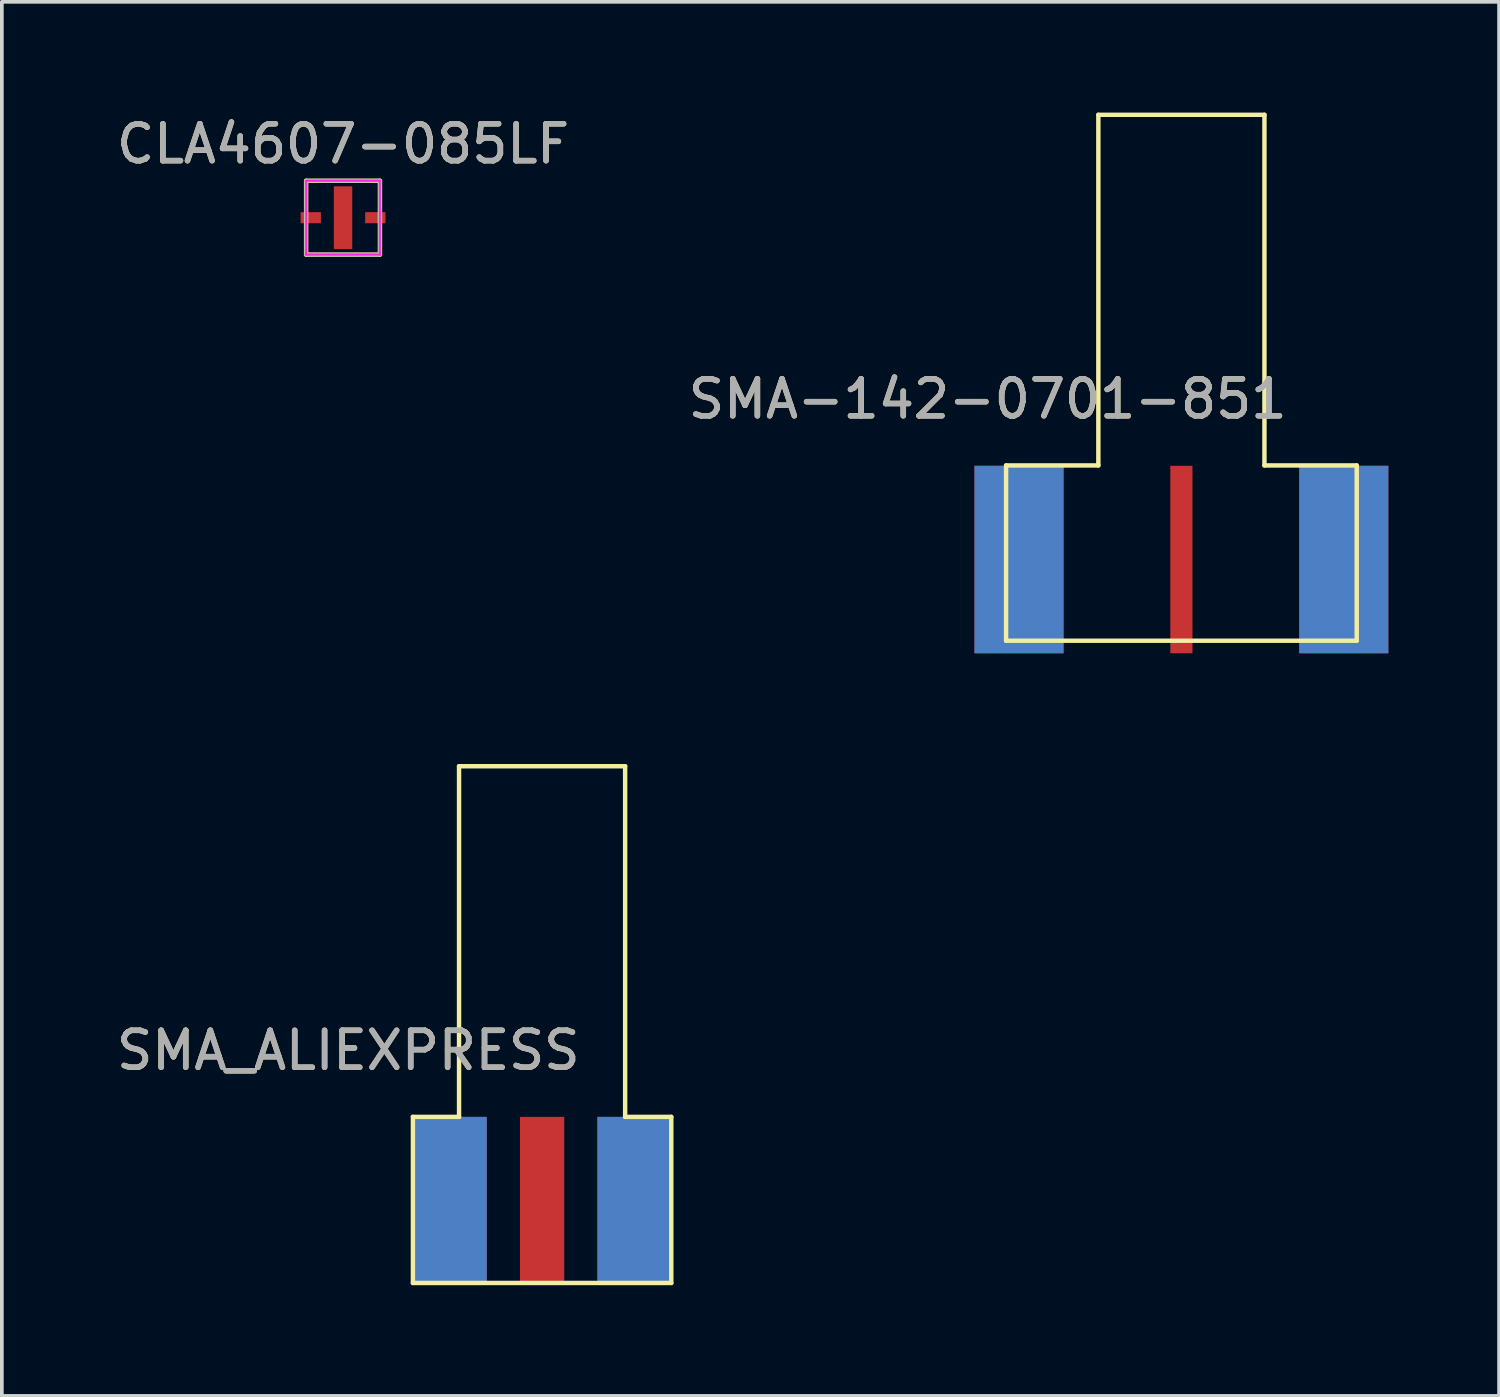
<source format=kicad_pcb>
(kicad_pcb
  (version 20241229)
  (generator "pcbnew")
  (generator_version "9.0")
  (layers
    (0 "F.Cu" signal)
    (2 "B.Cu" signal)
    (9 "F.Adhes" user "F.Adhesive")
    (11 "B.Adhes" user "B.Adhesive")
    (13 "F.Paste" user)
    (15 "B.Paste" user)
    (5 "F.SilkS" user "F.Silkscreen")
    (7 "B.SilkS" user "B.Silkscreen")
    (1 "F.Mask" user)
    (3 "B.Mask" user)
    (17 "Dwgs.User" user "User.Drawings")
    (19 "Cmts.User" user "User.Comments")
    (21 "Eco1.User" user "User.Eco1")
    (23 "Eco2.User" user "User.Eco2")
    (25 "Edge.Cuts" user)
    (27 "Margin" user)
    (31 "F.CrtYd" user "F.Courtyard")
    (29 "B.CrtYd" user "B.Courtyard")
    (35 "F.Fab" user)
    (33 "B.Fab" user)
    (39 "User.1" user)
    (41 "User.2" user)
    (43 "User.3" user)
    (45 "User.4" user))
  (footprint "SMA_ALIEXPRESS"
    (layer "F.Cu")
    (at 11.637 27.21)
    (property "Reference" "SMA_ALIEXPRESS" (at -5.25 -1.8 0) (unlocked yes) (layer "F.SilkS") (effects (font (size 1 1) (thickness 0.15))))
    (attr smd)
    (fp_line (start -3.5 0) (end -3.5 4.5) (stroke (width 0.12) (type solid)) (layer "F.SilkS"))
    (fp_line (start -3.5 4.5) (end 3.5 4.5) (stroke (width 0.12) (type solid)) (layer "F.SilkS"))
    (fp_line (start -2.25 -9.5) (end -2.25 0) (stroke (width 0.12) (type solid)) (layer "F.SilkS"))
    (fp_line (start -2.25 0) (end -3.5 0) (stroke (width 0.12) (type solid)) (layer "F.SilkS"))
    (fp_line (start 2.25 -9.5) (end -2.25 -9.5) (stroke (width 0.12) (type solid)) (layer "F.SilkS"))
    (fp_line (start 2.25 0) (end 2.25 -9.5) (stroke (width 0.12) (type solid)) (layer "F.SilkS"))
    (fp_line (start 3.5 0) (end 2.25 0) (stroke (width 0.12) (type solid)) (layer "F.SilkS"))
    (fp_line (start 3.5 4.5) (end 3.5 0) (stroke (width 0.12) (type solid)) (layer "F.SilkS"))
    (fp_text user "${REFERENCE}" (at -5.25 -1.8 0) (unlocked yes) (layer "F.Fab") (effects (font (size 1 1) (thickness 0.15))))
    (pad "1" smd rect (at 0 2.25) (size 1.2 4.5) (layers "F.Cu" "F.Mask" "F.Paste"))
    (pad "2" smd rect (at -2.5 2.25) (size 2 4.5) (layers "F.Cu" "F.Mask" "F.Paste"))
    (pad "2" smd rect (at -2.5 2.25) (size 2 4.5) (layers "B.Cu" "B.Mask" "F.Paste"))
    (pad "2" smd rect (at 2.5 2.25) (size 2 4.5) (layers "F.Cu" "F.Mask" "F.Paste"))
    (pad "2" smd rect (at 2.5 2.25) (size 2 4.5) (layers "B.Cu" "B.Mask" "F.Paste")))
  (footprint "SMA-142-0701-851"
    (layer "F.Cu")
    (at 28.958 9.56)
    (property "Reference" "SMA-142-0701-851" (at -5.25 -1.8 0) (unlocked yes) (layer "F.SilkS") (effects (font (size 1 1) (thickness 0.15))))
    (attr smd)
    (fp_line (start -4.75 0) (end -4.75 4.75) (stroke (width 0.12) (type solid)) (layer "F.SilkS"))
    (fp_line (start -4.75 4.75) (end 4.75 4.75) (stroke (width 0.12) (type solid)) (layer "F.SilkS"))
    (fp_line (start -2.25 -9.5) (end -2.25 0) (stroke (width 0.12) (type solid)) (layer "F.SilkS"))
    (fp_line (start -2.25 0) (end -4.75 0) (stroke (width 0.12) (type solid)) (layer "F.SilkS"))
    (fp_line (start 2.25 -9.5) (end -2.25 -9.5) (stroke (width 0.12) (type solid)) (layer "F.SilkS"))
    (fp_line (start 2.25 0) (end 2.25 -9.5) (stroke (width 0.12) (type solid)) (layer "F.SilkS"))
    (fp_line (start 4.75 0) (end 2.25 0) (stroke (width 0.12) (type solid)) (layer "F.SilkS"))
    (fp_line (start 4.75 4.75) (end 4.75 0) (stroke (width 0.12) (type solid)) (layer "F.SilkS"))
    (fp_text user "${REFERENCE}" (at -5.25 -1.8 0) (unlocked yes) (layer "F.Fab") (effects (font (size 1 1) (thickness 0.15))))
    (pad "1" smd rect (at 0 2.55) (size 0.6 5.08) (layers "F.Cu" "F.Mask" "F.Paste"))
    (pad "2" smd rect (at -4.4 2.55) (size 2.413 5.08) (layers "F.Cu" "F.Mask" "F.Paste"))
    (pad "2" smd rect (at -4.4 2.55) (size 2.413 5.08) (layers "B.Cu" "B.Mask" "F.Paste"))
    (pad "2" smd rect (at 4.4 2.55) (size 2.413 5.08) (layers "F.Cu" "F.Mask" "F.Paste"))
    (pad "2" smd rect (at 4.4 2.55) (size 2.413 5.08) (layers "B.Cu" "B.Mask" "F.Paste")))
  (footprint "CLA4607-085LF"
    (layer "F.Cu")
    (at 6.244 2.848)
    (property "Reference" "CLA4607-085LF" (at 0 -2 0) (unlocked yes) (layer "F.SilkS") (effects (font (size 1 1) (thickness 0.15))))
    (attr smd)
    (fp_line (start -1 -1) (end 1 -1) (stroke (width 0.12) (type solid)) (layer "F.SilkS"))
    (fp_line (start -1 1) (end -1 -1) (stroke (width 0.12) (type solid)) (layer "F.SilkS"))
    (fp_line (start 1 -1) (end 1 1) (stroke (width 0.12) (type solid)) (layer "F.SilkS"))
    (fp_line (start 1 1) (end -1 1) (stroke (width 0.12) (type solid)) (layer "F.SilkS"))
    (fp_line (start -1 -1) (end 1 -1) (stroke (width 0.05) (type solid)) (layer "F.CrtYd"))
    (fp_line (start -1 1) (end -1 -1) (stroke (width 0.05) (type solid)) (layer "F.CrtYd"))
    (fp_line (start 1 -1) (end 1 1) (stroke (width 0.05) (type solid)) (layer "F.CrtYd"))
    (fp_line (start 1 1) (end -1 1) (stroke (width 0.05) (type solid)) (layer "F.CrtYd"))
    (fp_line (start -1 -1) (end 1 -1) (stroke (width 0.1) (type solid)) (layer "F.Fab"))
    (fp_line (start -1 1) (end -1 -1) (stroke (width 0.1) (type solid)) (layer "F.Fab"))
    (fp_line (start 1 -1) (end 1 1) (stroke (width 0.1) (type solid)) (layer "F.Fab"))
    (fp_line (start 1 1) (end -1 1) (stroke (width 0.1) (type solid)) (layer "F.Fab"))
    (fp_text user "${REFERENCE}" (at 0 -2 0) (unlocked yes) (layer "F.Fab") (effects (font (size 1 1) (thickness 0.15))))
    (pad "1" smd rect (at -0.875 0) (size 0.55 0.3) (layers "F.Cu" "F.Mask" "F.Paste"))
    (pad "2" smd rect (at 0 0) (size 0.5 1.7) (layers "F.Cu" "F.Mask" "F.Paste"))
    (pad "3" smd rect (at 0.875 0) (size 0.55 0.3) (layers "F.Cu" "F.Mask" "F.Paste")))
  (gr_rect
    (start -3 -3)
    (end 37.565 34.77)
    (stroke (width 0.1) (type default))
    (fill no)
    (layer "Edge.Cuts")))
</source>
